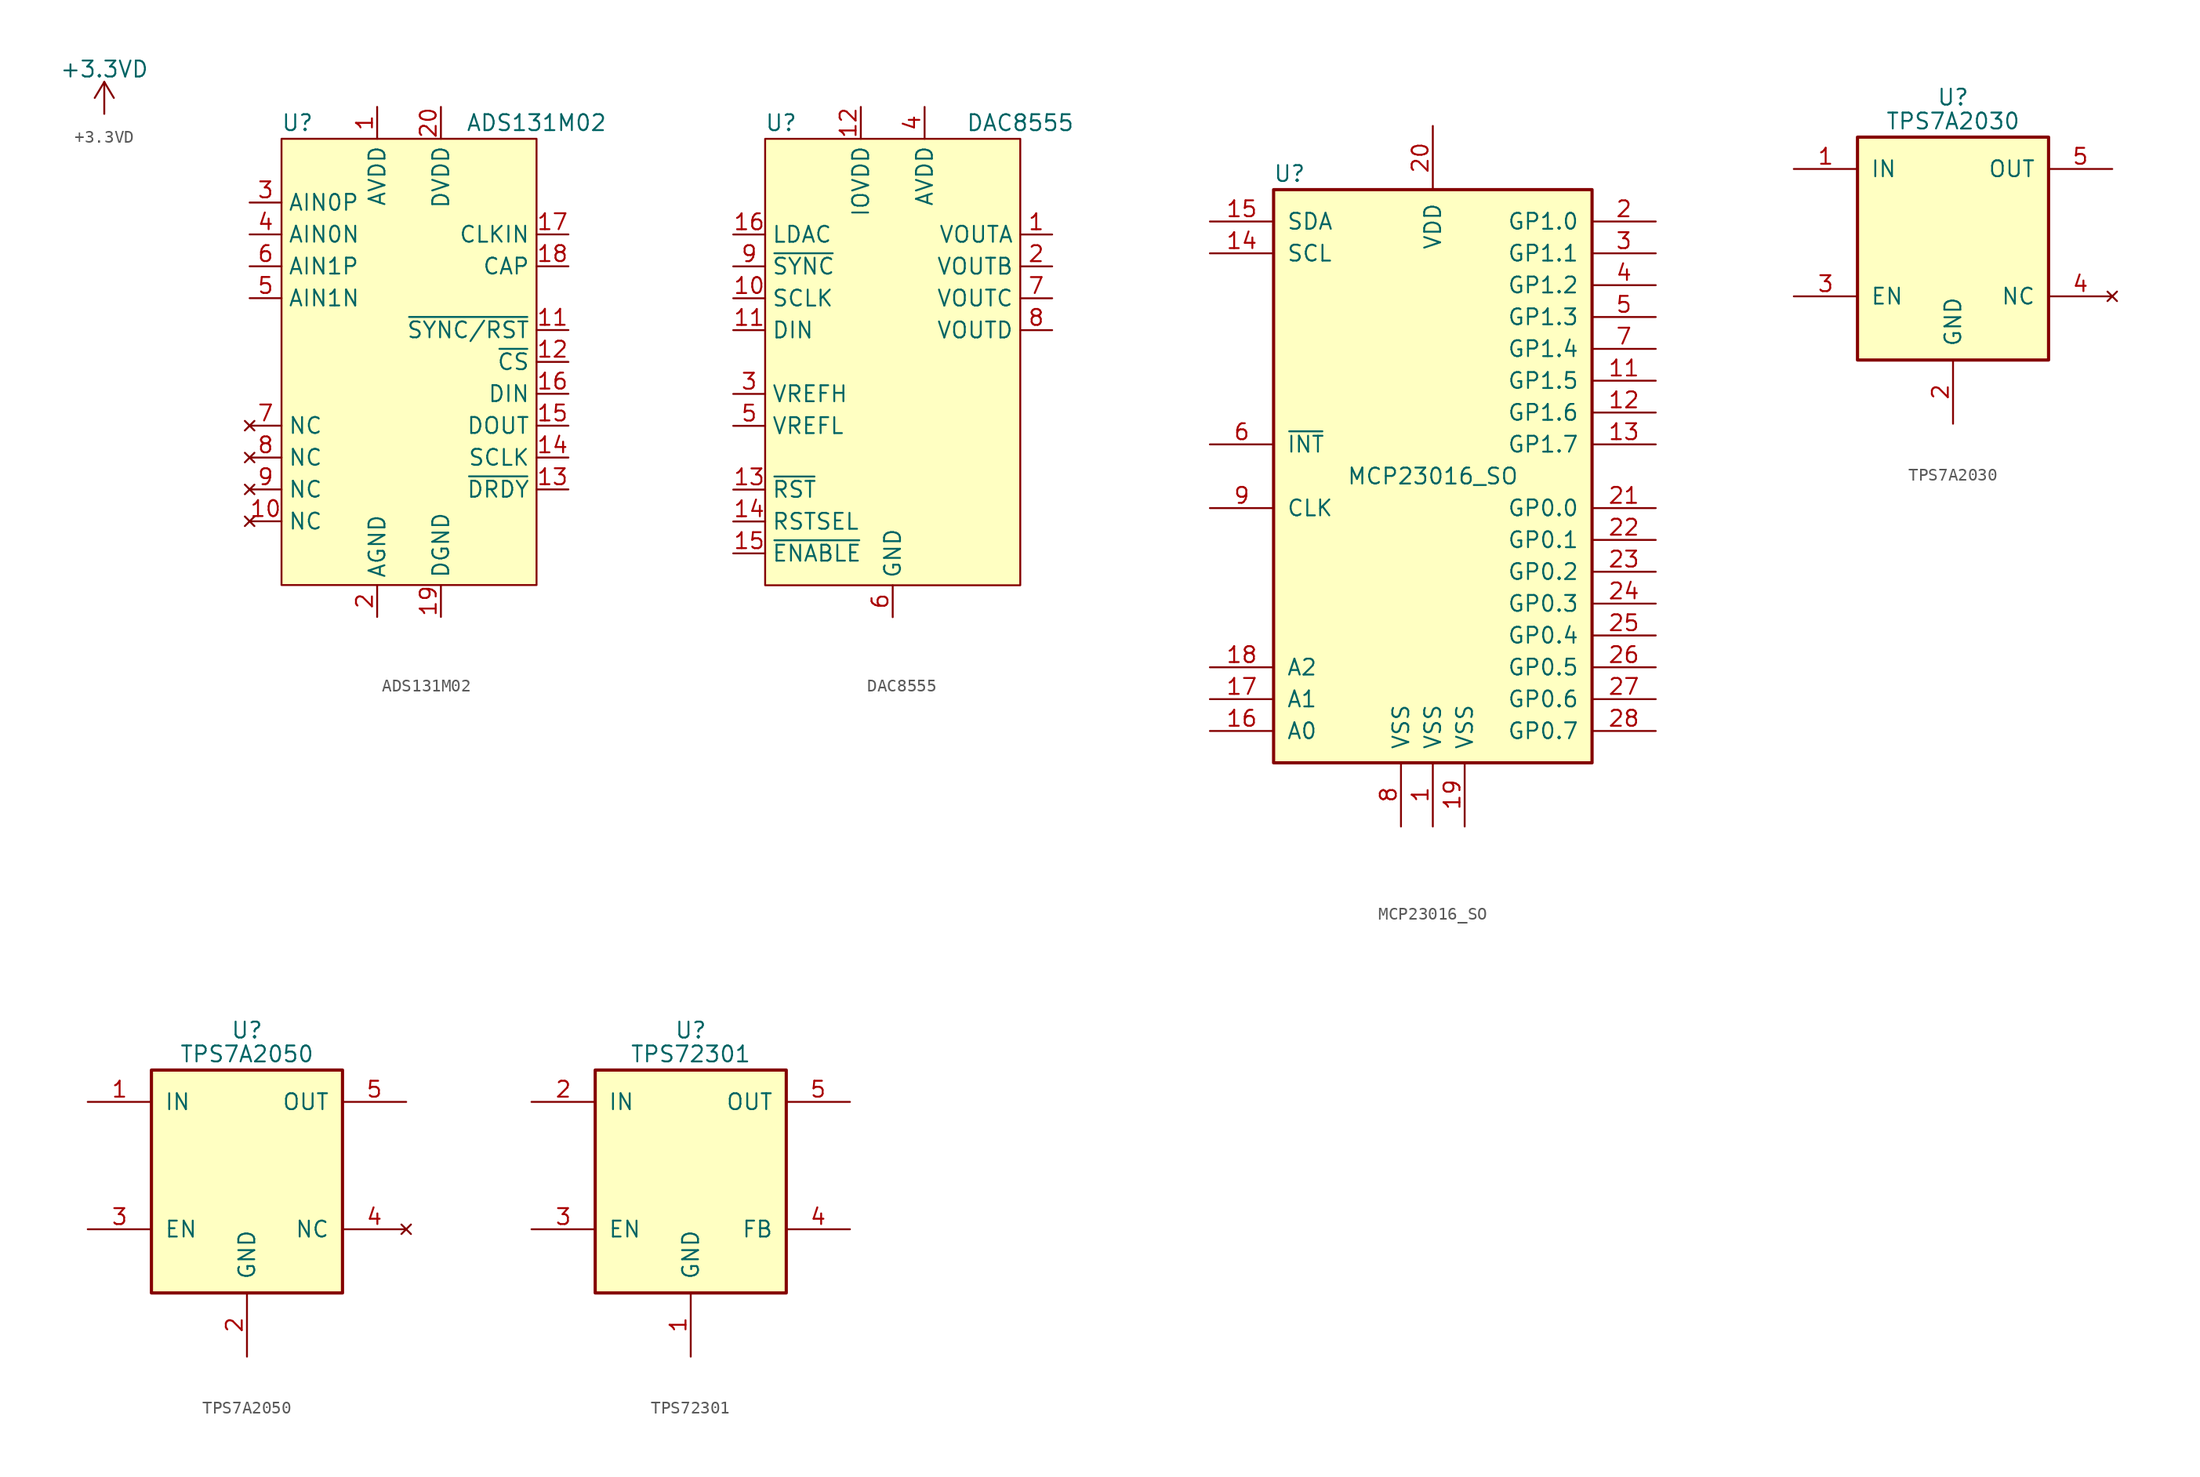
<source format=kicad_sym>
(kicad_symbol_lib
  (version 20220914)
  (generator kicad_symbol_editor)
  (symbol "+3.3VD"
    (power)
    (pin_names
      (offset 0))
    (property "Reference" "#PWR"
      (at 0 -3.81 0)
      (effects (font (size 1.27 1.27)) hide))
    (property "Value" "+3.3VD"
      (at 0 3.556 0)
      (effects (font (size 1.27 1.27))))
    (symbol "+3.3VD_0_1"
      (polyline (pts (xy -0.762 1.27) (xy 0 2.54)) (stroke (width 0) (type default)) (fill (type none)))
      (polyline (pts (xy 0 0) (xy 0 2.54)) (stroke (width 0) (type default)) (fill (type none)))
      (polyline (pts (xy 0 2.54) (xy 0.762 1.27)) (stroke (width 0) (type default)) (fill (type none))))
    (symbol "+3.3VD_1_1"
      (pin power_in line (at 0 0 90) (length 0) hide (name "+3.3VD" (effects (font (size 1.27 1.27)))) (number "1" (effects (font (size 1.27 1.27)))))))
  (symbol "ADS131M02"
    (property "Reference" "U"
      (at -8.89 21.59 0)
      (effects (font (size 1.27 1.27))))
    (property "Value" "ADS131M02"
      (at 10.16 21.59 0)
      (effects (font (size 1.27 1.27))))
    (symbol "ADS131M02_0_0"
      (pin power_in line (at -2.54 22.86 270) (length 2.54) (name "AVDD" (effects (font (size 1.27 1.27)))) (number "1" (effects (font (size 1.27 1.27)))))
      (pin no_connect line (at -12.7 -10.16 0) (length 2.54) (name "NC" (effects (font (size 1.27 1.27)))) (number "10" (effects (font (size 1.27 1.27)))))
      (pin input line (at 12.7 5.08 180) (length 2.54) (name "~{SYNC/RST}" (effects (font (size 1.27 1.27)))) (number "11" (effects (font (size 1.27 1.27)))))
      (pin input line (at 12.7 2.54 180) (length 2.54) (name "~{CS}" (effects (font (size 1.27 1.27)))) (number "12" (effects (font (size 1.27 1.27)))))
      (pin output line (at 12.7 -7.62 180) (length 2.54) (name "~{DRDY}" (effects (font (size 1.27 1.27)))) (number "13" (effects (font (size 1.27 1.27)))))
      (pin input line (at 12.7 -5.08 180) (length 2.54) (name "SCLK" (effects (font (size 1.27 1.27)))) (number "14" (effects (font (size 1.27 1.27)))))
      (pin output line (at 12.7 -2.54 180) (length 2.54) (name "DOUT" (effects (font (size 1.27 1.27)))) (number "15" (effects (font (size 1.27 1.27)))))
      (pin input line (at 12.7 0 180) (length 2.54) (name "DIN" (effects (font (size 1.27 1.27)))) (number "16" (effects (font (size 1.27 1.27)))))
      (pin input line (at 12.7 12.7 180) (length 2.54) (name "CLKIN" (effects (font (size 1.27 1.27)))) (number "17" (effects (font (size 1.27 1.27)))))
      (pin bidirectional line (at 12.7 10.16 180) (length 2.54) (name "CAP" (effects (font (size 1.27 1.27)))) (number "18" (effects (font (size 1.27 1.27)))))
      (pin power_in line (at 2.54 -17.78 90) (length 2.54) (name "DGND" (effects (font (size 1.27 1.27)))) (number "19" (effects (font (size 1.27 1.27)))))
      (pin power_in line (at -2.54 -17.78 90) (length 2.54) (name "AGND" (effects (font (size 1.27 1.27)))) (number "2" (effects (font (size 1.27 1.27)))))
      (pin power_in line (at 2.54 22.86 270) (length 2.54) (name "DVDD" (effects (font (size 1.27 1.27)))) (number "20" (effects (font (size 1.27 1.27)))))
      (pin input line (at -12.7 15.24 0) (length 2.54) (name "AIN0P" (effects (font (size 1.27 1.27)))) (number "3" (effects (font (size 1.27 1.27)))))
      (pin input line (at -12.7 12.7 0) (length 2.54) (name "AIN0N" (effects (font (size 1.27 1.27)))) (number "4" (effects (font (size 1.27 1.27)))))
      (pin input line (at -12.7 7.62 0) (length 2.54) (name "AIN1N" (effects (font (size 1.27 1.27)))) (number "5" (effects (font (size 1.27 1.27)))))
      (pin input line (at -12.7 10.16 0) (length 2.54) (name "AIN1P" (effects (font (size 1.27 1.27)))) (number "6" (effects (font (size 1.27 1.27)))))
      (pin no_connect line (at -12.7 -2.54 0) (length 2.54) (name "NC" (effects (font (size 1.27 1.27)))) (number "7" (effects (font (size 1.27 1.27)))))
      (pin no_connect line (at -12.7 -5.08 0) (length 2.54) (name "NC" (effects (font (size 1.27 1.27)))) (number "8" (effects (font (size 1.27 1.27)))))
      (pin no_connect line (at -12.7 -7.62 0) (length 2.54) (name "NC" (effects (font (size 1.27 1.27)))) (number "9" (effects (font (size 1.27 1.27))))))
    (symbol "ADS131M02_0_1"
      (rectangle (start -10.16 20.32) (end 10.16 -15.24) (stroke (width 0.152) (type default)) (fill (type background)))))
  (symbol "DAC8555"
    (property "Reference" "U"
      (at -8.89 21.59 0)
      (effects (font (size 1.27 1.27))))
    (property "Value" "DAC8555"
      (at 10.16 21.59 0)
      (effects (font (size 1.27 1.27))))
    (symbol "DAC8555_0_0"
      (pin output line (at 12.7 12.7 180) (length 2.54) (name "VOUTA" (effects (font (size 1.27 1.27)))) (number "1" (effects (font (size 1.27 1.27)))))
      (pin input line (at -12.7 7.62 0) (length 2.54) (name "SCLK" (effects (font (size 1.27 1.27)))) (number "10" (effects (font (size 1.27 1.27)))))
      (pin input line (at -12.7 5.08 0) (length 2.54) (name "DIN" (effects (font (size 1.27 1.27)))) (number "11" (effects (font (size 1.27 1.27)))))
      (pin power_in line (at -2.54 22.86 270) (length 2.54) (name "IOVDD" (effects (font (size 1.27 1.27)))) (number "12" (effects (font (size 1.27 1.27)))))
      (pin input line (at -12.7 -7.62 0) (length 2.54) (name "~{RST}" (effects (font (size 1.27 1.27)))) (number "13" (effects (font (size 1.27 1.27)))))
      (pin input line (at -12.7 -10.16 0) (length 2.54) (name "RSTSEL" (effects (font (size 1.27 1.27)))) (number "14" (effects (font (size 1.27 1.27)))))
      (pin input line (at -12.7 -12.7 0) (length 2.54) (name "~{ENABLE}" (effects (font (size 1.27 1.27)))) (number "15" (effects (font (size 1.27 1.27)))))
      (pin input line (at -12.7 12.7 0) (length 2.54) (name "LDAC" (effects (font (size 1.27 1.27)))) (number "16" (effects (font (size 1.27 1.27)))))
      (pin output line (at 12.7 10.16 180) (length 2.54) (name "VOUTB" (effects (font (size 1.27 1.27)))) (number "2" (effects (font (size 1.27 1.27)))))
      (pin bidirectional line (at -12.7 0 0) (length 2.54) (name "VREFH" (effects (font (size 1.27 1.27)))) (number "3" (effects (font (size 1.27 1.27)))))
      (pin power_in line (at 2.54 22.86 270) (length 2.54) (name "AVDD" (effects (font (size 1.27 1.27)))) (number "4" (effects (font (size 1.27 1.27)))))
      (pin input line (at -12.7 -2.54 0) (length 2.54) (name "VREFL" (effects (font (size 1.27 1.27)))) (number "5" (effects (font (size 1.27 1.27)))))
      (pin power_in line (at 0 -17.78 90) (length 2.54) (name "GND" (effects (font (size 1.27 1.27)))) (number "6" (effects (font (size 1.27 1.27)))))
      (pin output line (at 12.7 7.62 180) (length 2.54) (name "VOUTC" (effects (font (size 1.27 1.27)))) (number "7" (effects (font (size 1.27 1.27)))))
      (pin output line (at 12.7 5.08 180) (length 2.54) (name "VOUTD" (effects (font (size 1.27 1.27)))) (number "8" (effects (font (size 1.27 1.27)))))
      (pin input line (at -12.7 10.16 0) (length 2.54) (name "~{SYNC}" (effects (font (size 1.27 1.27)))) (number "9" (effects (font (size 1.27 1.27))))))
    (symbol "DAC8555_0_1"
      (rectangle (start -10.16 20.32) (end 10.16 -15.24) (stroke (width 0.152) (type default)) (fill (type background)))))
  (symbol "MCP23016_SO"
    (pin_names
      (offset 1.016))
    (property "Reference" "U"
      (at -11.43 24.13 0)
      (effects (font (size 1.27 1.27))))
    (property "Value" "MCP23016_SO"
      (at 0 0 0)
      (effects (font (size 1.27 1.27))))
    (symbol "MCP23016_SO_0_1"
      (rectangle (start -12.7 22.86) (end 12.7 -22.86) (stroke (width 0.254) (type default)) (fill (type background))))
    (symbol "MCP23016_SO_1_1"
      (pin power_in line (at 0 -27.94 90) (length 5.08) (name "VSS" (effects (font (size 1.27 1.27)))) (number "1" (effects (font (size 1.27 1.27)))))
      (pin no_connect line (at -12.7 13.97 0) (length 5.08) hide (name "TP" (effects (font (size 1.27 1.27)))) (number "10" (effects (font (size 1.27 1.27)))))
      (pin bidirectional line (at 17.78 7.62 180) (length 5.08) (name "GP1.5" (effects (font (size 1.27 1.27)))) (number "11" (effects (font (size 1.27 1.27)))))
      (pin bidirectional line (at 17.78 5.08 180) (length 5.08) (name "GP1.6" (effects (font (size 1.27 1.27)))) (number "12" (effects (font (size 1.27 1.27)))))
      (pin bidirectional line (at 17.78 2.54 180) (length 5.08) (name "GP1.7" (effects (font (size 1.27 1.27)))) (number "13" (effects (font (size 1.27 1.27)))))
      (pin input line (at -17.78 17.78 0) (length 5.08) (name "SCL" (effects (font (size 1.27 1.27)))) (number "14" (effects (font (size 1.27 1.27)))))
      (pin bidirectional line (at -17.78 20.32 0) (length 5.08) (name "SDA" (effects (font (size 1.27 1.27)))) (number "15" (effects (font (size 1.27 1.27)))))
      (pin input line (at -17.78 -20.32 0) (length 5.08) (name "A0" (effects (font (size 1.27 1.27)))) (number "16" (effects (font (size 1.27 1.27)))))
      (pin input line (at -17.78 -17.78 0) (length 5.08) (name "A1" (effects (font (size 1.27 1.27)))) (number "17" (effects (font (size 1.27 1.27)))))
      (pin input line (at -17.78 -15.24 0) (length 5.08) (name "A2" (effects (font (size 1.27 1.27)))) (number "18" (effects (font (size 1.27 1.27)))))
      (pin power_in line (at 2.54 -27.94 90) (length 5.08) (name "VSS" (effects (font (size 1.27 1.27)))) (number "19" (effects (font (size 1.27 1.27)))))
      (pin bidirectional line (at 17.78 20.32 180) (length 5.08) (name "GP1.0" (effects (font (size 1.27 1.27)))) (number "2" (effects (font (size 1.27 1.27)))))
      (pin power_in line (at 0 27.94 270) (length 5.08) (name "VDD" (effects (font (size 1.27 1.27)))) (number "20" (effects (font (size 1.27 1.27)))))
      (pin bidirectional line (at 17.78 -2.54 180) (length 5.08) (name "GP0.0" (effects (font (size 1.27 1.27)))) (number "21" (effects (font (size 1.27 1.27)))))
      (pin bidirectional line (at 17.78 -5.08 180) (length 5.08) (name "GP0.1" (effects (font (size 1.27 1.27)))) (number "22" (effects (font (size 1.27 1.27)))))
      (pin bidirectional line (at 17.78 -7.62 180) (length 5.08) (name "GP0.2" (effects (font (size 1.27 1.27)))) (number "23" (effects (font (size 1.27 1.27)))))
      (pin bidirectional line (at 17.78 -10.16 180) (length 5.08) (name "GP0.3" (effects (font (size 1.27 1.27)))) (number "24" (effects (font (size 1.27 1.27)))))
      (pin bidirectional line (at 17.78 -12.7 180) (length 5.08) (name "GP0.4" (effects (font (size 1.27 1.27)))) (number "25" (effects (font (size 1.27 1.27)))))
      (pin bidirectional line (at 17.78 -15.24 180) (length 5.08) (name "GP0.5" (effects (font (size 1.27 1.27)))) (number "26" (effects (font (size 1.27 1.27)))))
      (pin bidirectional line (at 17.78 -17.78 180) (length 5.08) (name "GP0.6" (effects (font (size 1.27 1.27)))) (number "27" (effects (font (size 1.27 1.27)))))
      (pin bidirectional line (at 17.78 -20.32 180) (length 5.08) (name "GP0.7" (effects (font (size 1.27 1.27)))) (number "28" (effects (font (size 1.27 1.27)))))
      (pin bidirectional line (at 17.78 17.78 180) (length 5.08) (name "GP1.1" (effects (font (size 1.27 1.27)))) (number "3" (effects (font (size 1.27 1.27)))))
      (pin bidirectional line (at 17.78 15.24 180) (length 5.08) (name "GP1.2" (effects (font (size 1.27 1.27)))) (number "4" (effects (font (size 1.27 1.27)))))
      (pin bidirectional line (at 17.78 12.7 180) (length 5.08) (name "GP1.3" (effects (font (size 1.27 1.27)))) (number "5" (effects (font (size 1.27 1.27)))))
      (pin tri_state line (at -17.78 2.54 0) (length 5.08) (name "~{INT}" (effects (font (size 1.27 1.27)))) (number "6" (effects (font (size 1.27 1.27)))))
      (pin bidirectional line (at 17.78 10.16 180) (length 5.08) (name "GP1.4" (effects (font (size 1.27 1.27)))) (number "7" (effects (font (size 1.27 1.27)))))
      (pin power_in line (at -2.54 -27.94 90) (length 5.08) (name "VSS" (effects (font (size 1.27 1.27)))) (number "8" (effects (font (size 1.27 1.27)))))
      (pin input line (at -17.78 -2.54 0) (length 5.08) (name "CLK" (effects (font (size 1.27 1.27)))) (number "9" (effects (font (size 1.27 1.27)))))))
  (symbol "TPS7A2030"
    (pin_names
      (offset 1.016))
    (property "Reference" "U"
      (at 0 10.795 0)
      (effects (font (size 1.27 1.27))))
    (property "Value" "TPS7A2030"
      (at 0 8.89 0)
      (effects (font (size 1.27 1.27))))
    (symbol "TPS7A2030_0_1"
      (rectangle (start -7.62 7.62) (end 7.62 -10.16) (stroke (width 0.254) (type default)) (fill (type background))))
    (symbol "TPS7A2030_1_1"
      (pin power_in line (at -12.7 5.08 0) (length 5.08) (name "IN" (effects (font (size 1.27 1.27)))) (number "1" (effects (font (size 1.27 1.27)))))
      (pin power_in line (at 0 -15.24 90) (length 5.08) (name "GND" (effects (font (size 1.27 1.27)))) (number "2" (effects (font (size 1.27 1.27)))))
      (pin input line (at -12.7 -5.08 0) (length 5.08) (name "EN" (effects (font (size 1.27 1.27)))) (number "3" (effects (font (size 1.27 1.27)))))
      (pin no_connect line (at 12.7 -5.08 180) (length 5.08) (name "NC" (effects (font (size 1.27 1.27)))) (number "4" (effects (font (size 1.27 1.27)))))
      (pin power_out line (at 12.7 5.08 180) (length 5.08) (name "OUT" (effects (font (size 1.27 1.27)))) (number "5" (effects (font (size 1.27 1.27)))))))
  (symbol "TPS7A2050"
    (pin_names
      (offset 1.016))
    (property "Reference" "U"
      (at 0 10.795 0)
      (effects (font (size 1.27 1.27))))
    (property "Value" "TPS7A2050"
      (at 0 8.89 0)
      (effects (font (size 1.27 1.27))))
    (symbol "TPS7A2050_0_1"
      (rectangle (start -7.62 7.62) (end 7.62 -10.16) (stroke (width 0.254) (type default)) (fill (type background))))
    (symbol "TPS7A2050_1_1"
      (pin power_in line (at -12.7 5.08 0) (length 5.08) (name "IN" (effects (font (size 1.27 1.27)))) (number "1" (effects (font (size 1.27 1.27)))))
      (pin power_in line (at 0 -15.24 90) (length 5.08) (name "GND" (effects (font (size 1.27 1.27)))) (number "2" (effects (font (size 1.27 1.27)))))
      (pin input line (at -12.7 -5.08 0) (length 5.08) (name "EN" (effects (font (size 1.27 1.27)))) (number "3" (effects (font (size 1.27 1.27)))))
      (pin no_connect line (at 12.7 -5.08 180) (length 5.08) (name "NC" (effects (font (size 1.27 1.27)))) (number "4" (effects (font (size 1.27 1.27)))))
      (pin power_out line (at 12.7 5.08 180) (length 5.08) (name "OUT" (effects (font (size 1.27 1.27)))) (number "5" (effects (font (size 1.27 1.27)))))))
  (symbol "TPS72301"
    (pin_names
      (offset 1.016))
    (property "Reference" "U"
      (at 0 10.795 0)
      (effects (font (size 1.27 1.27))))
    (property "Value" "TPS72301"
      (at 0 8.89 0)
      (effects (font (size 1.27 1.27))))
    (symbol "TPS72301_0_1"
      (rectangle (start -7.62 7.62) (end 7.62 -10.16) (stroke (width 0.254) (type default)) (fill (type background))))
    (symbol "TPS72301_1_1"
      (pin power_in line (at 0 -15.24 90) (length 5.08) (name "GND" (effects (font (size 1.27 1.27)))) (number "1" (effects (font (size 1.27 1.27)))))
      (pin power_in line (at -12.7 5.08 0) (length 5.08) (name "IN" (effects (font (size 1.27 1.27)))) (number "2" (effects (font (size 1.27 1.27)))))
      (pin input line (at -12.7 -5.08 0) (length 5.08) (name "EN" (effects (font (size 1.27 1.27)))) (number "3" (effects (font (size 1.27 1.27)))))
      (pin input line (at 12.7 -5.08 180) (length 5.08) (name "FB" (effects (font (size 1.27 1.27)))) (number "4" (effects (font (size 1.27 1.27)))))
      (pin power_out line (at 12.7 5.08 180) (length 5.08) (name "OUT" (effects (font (size 1.27 1.27)))) (number "5" (effects (font (size 1.27 1.27))))))))
</source>
